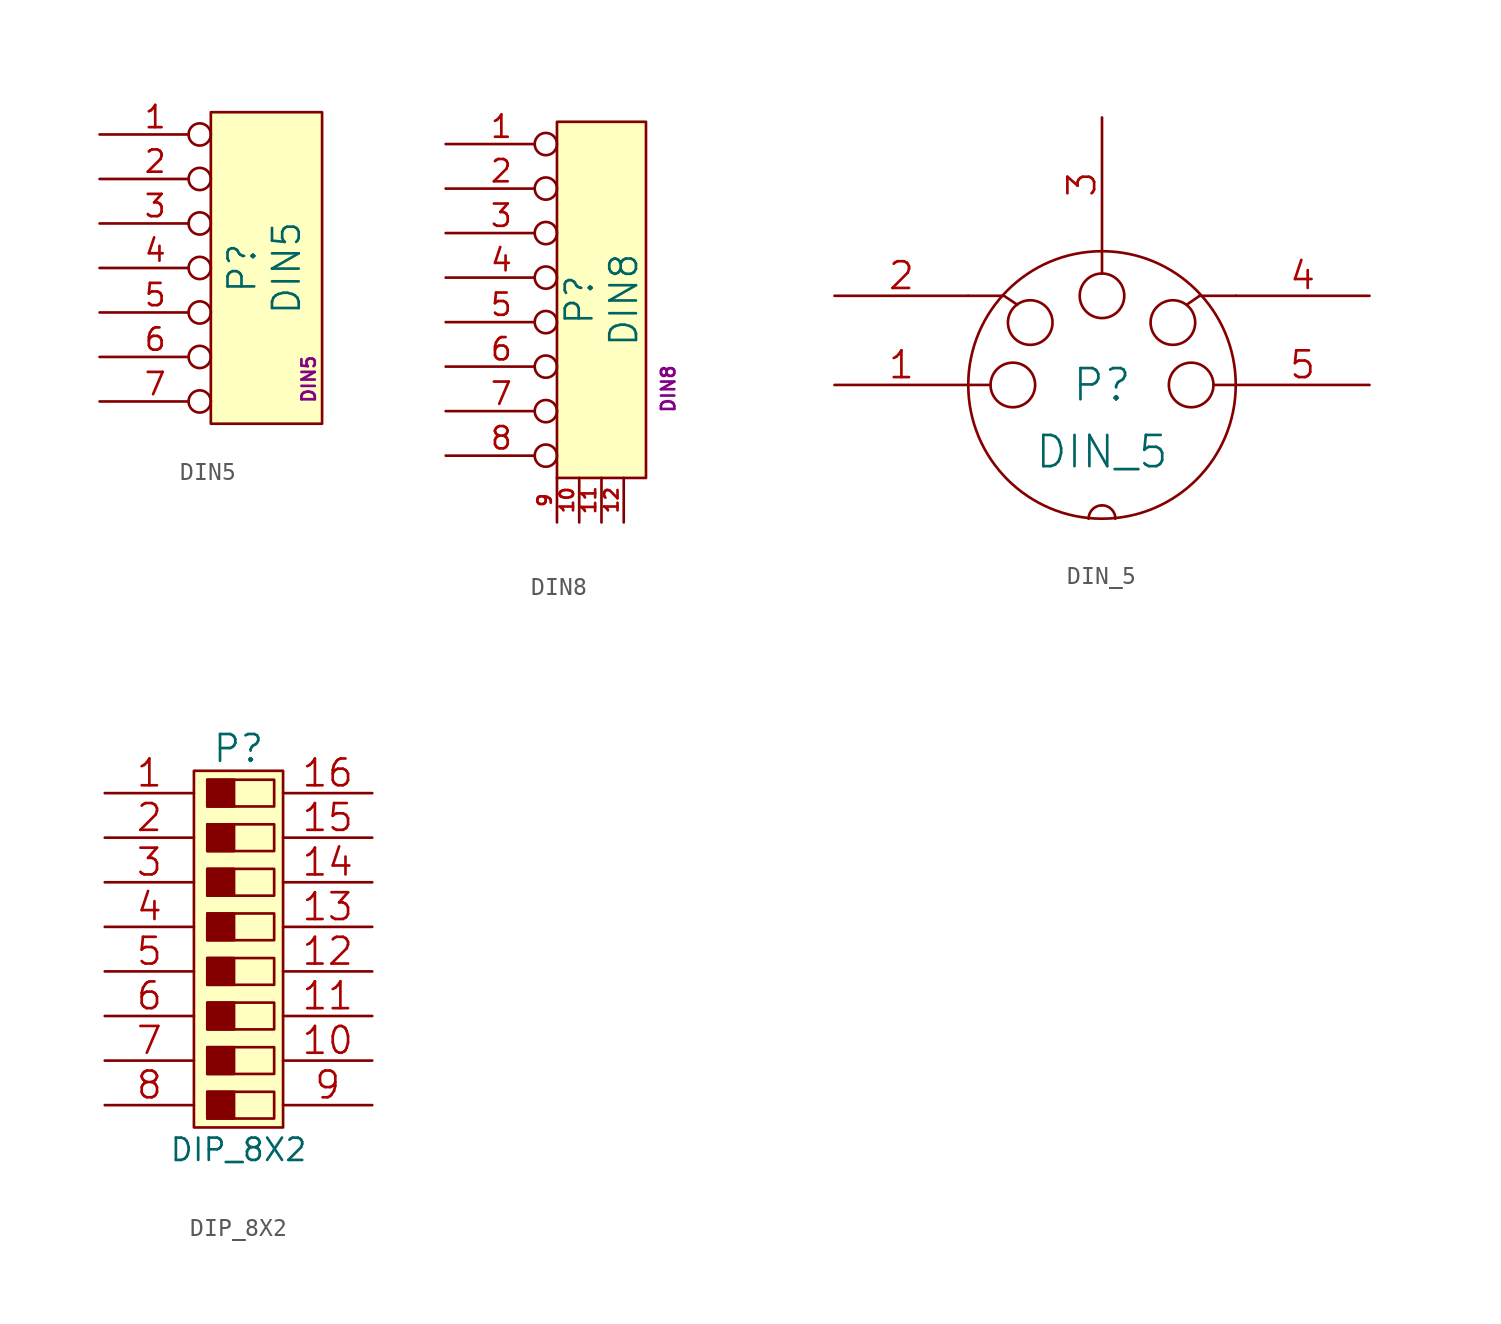
<source format=kicad_sym>
(kicad_symbol_lib
  (version 20220914)
  (generator kicad_symbol_editor)
  (symbol "DIN5"
    (pin_names
      (offset 1.016) hide)
    (property "Reference" "P"
      (at -0.762 0 90)
      (effects (font (size 1.524 1.524))))
    (property "Value" "DIN5"
      (at 1.778 0 90)
      (effects (font (size 1.524 1.524))))
    (property "Footprint" "DIN5"
      (at 3.048 -6.35 90)
      (effects (font (size 0.762 0.762))))
    (property "Datasheet" ""
      (at 0 0 0)
      (effects (font (size 1.524 1.524))))
    (symbol "DIN5_0_1"
      (rectangle (start -2.54 8.89) (end 3.81 -8.89) (stroke (width 0) (type default)) (fill (type background))))
    (symbol "DIN5_1_1"
      (pin passive inverted (at -8.89 7.62 0) (length 6.35) (name "P1" (effects (font (size 1.27 1.27)))) (number "1" (effects (font (size 1.27 1.27)))))
      (pin passive inverted (at -8.89 5.08 0) (length 6.35) (name "P2" (effects (font (size 1.27 1.27)))) (number "2" (effects (font (size 1.27 1.27)))))
      (pin passive inverted (at -8.89 2.54 0) (length 6.35) (name "P3" (effects (font (size 1.27 1.27)))) (number "3" (effects (font (size 1.27 1.27)))))
      (pin passive inverted (at -8.89 0 0) (length 6.35) (name "P4" (effects (font (size 1.27 1.27)))) (number "4" (effects (font (size 1.27 1.27)))))
      (pin passive inverted (at -8.89 -2.54 0) (length 6.35) (name "P5" (effects (font (size 1.27 1.27)))) (number "5" (effects (font (size 1.27 1.27)))))
      (pin passive inverted (at -8.89 -5.08 0) (length 6.35) (name "P6" (effects (font (size 1.27 1.27)))) (number "6" (effects (font (size 1.27 1.27)))))
      (pin passive inverted (at -8.89 -7.62 0) (length 6.35) (name "P7" (effects (font (size 1.27 1.27)))) (number "7" (effects (font (size 1.27 1.27)))))))
  (symbol "DIN8"
    (pin_names
      (offset 1.016) hide)
    (property "Reference" "P"
      (at -1.27 0 90)
      (effects (font (size 1.524 1.524))))
    (property "Value" "DIN8"
      (at 1.27 0 90)
      (effects (font (size 1.524 1.524))))
    (property "Footprint" "DIN8"
      (at 3.81 -5.08 90)
      (effects (font (size 0.762 0.762))))
    (property "Datasheet" ""
      (at 0 0 0)
      (effects (font (size 1.524 1.524))))
    (symbol "DIN8_0_1"
      (rectangle (start -2.54 10.16) (end 2.54 -10.16) (stroke (width 0) (type default)) (fill (type background))))
    (symbol "DIN8_1_1"
      (pin passive inverted (at -8.89 8.89 0) (length 6.35) (name "P1" (effects (font (size 1.27 1.27)))) (number "1" (effects (font (size 1.27 1.27)))))
      (pin input line (at -1.27 -12.7 90) (length 2.54) (name "~" (effects (font (size 1.27 1.27)))) (number "10" (effects (font (size 0.762 0.762)))))
      (pin input line (at 0 -12.7 90) (length 2.54) (name "~" (effects (font (size 1.27 1.27)))) (number "11" (effects (font (size 0.813 0.813)))))
      (pin input line (at 1.27 -12.7 90) (length 2.54) (name "~" (effects (font (size 1.27 1.27)))) (number "12" (effects (font (size 0.762 0.762)))))
      (pin passive inverted (at -8.89 6.35 0) (length 6.35) (name "P2" (effects (font (size 1.27 1.27)))) (number "2" (effects (font (size 1.27 1.27)))))
      (pin passive inverted (at -8.89 3.81 0) (length 6.35) (name "P3" (effects (font (size 1.27 1.27)))) (number "3" (effects (font (size 1.27 1.27)))))
      (pin passive inverted (at -8.89 1.27 0) (length 6.35) (name "P4" (effects (font (size 1.27 1.27)))) (number "4" (effects (font (size 1.27 1.27)))))
      (pin passive inverted (at -8.89 -1.27 0) (length 6.35) (name "P5" (effects (font (size 1.27 1.27)))) (number "5" (effects (font (size 1.27 1.27)))))
      (pin passive inverted (at -8.89 -3.81 0) (length 6.35) (name "P6" (effects (font (size 1.27 1.27)))) (number "6" (effects (font (size 1.27 1.27)))))
      (pin passive inverted (at -8.89 -6.35 0) (length 6.35) (name "P7" (effects (font (size 1.27 1.27)))) (number "7" (effects (font (size 1.27 1.27)))))
      (pin passive inverted (at -8.89 -8.89 0) (length 6.35) (name "P8" (effects (font (size 1.27 1.27)))) (number "8" (effects (font (size 1.27 1.27)))))
      (pin input line (at -2.54 -12.7 90) (length 2.54) (name "~" (effects (font (size 1.27 1.27)))) (number "9" (effects (font (size 0.762 0.762)))))))
  (symbol "DIN_5"
    (pin_names
      (offset 1.016) hide)
    (property "Reference" "P"
      (at 0 0 0)
      (effects (font (size 1.778 1.778))))
    (property "Value" "DIN_5"
      (at 0 -3.81 0)
      (effects (font (size 1.778 1.778))))
    (property "Footprint" ""
      (at 0 0 0)
      (effects (font (size 1.524 1.524))))
    (property "Datasheet" ""
      (at 0 0 0)
      (effects (font (size 1.524 1.524))))
    (symbol "DIN_5_0_1"
      (circle (center -5.08 0) (radius 1.27) (stroke (width 0) (type default)) (fill (type none)))
      (circle (center -4.089 3.556) (radius 1.27) (stroke (width 0) (type default)) (fill (type none)))
      (arc (start 0 -6.858) (mid -0.5388 -7.0812) (end -0.762 -7.62) (stroke (width 0) (type default)) (fill (type none)))
      (polyline (pts (xy -7.62 5.08) (xy -5.588 5.08)) (stroke (width 0) (type default)) (fill (type none)))
      (polyline (pts (xy -6.35 0) (xy -7.62 0)) (stroke (width 0) (type default)) (fill (type none)))
      (polyline (pts (xy -5.588 5.08) (xy -4.826 4.572)) (stroke (width 0) (type default)) (fill (type none)))
      (polyline (pts (xy 0 6.35) (xy 0 7.62)) (stroke (width 0) (type default)) (fill (type none)))
      (polyline (pts (xy 5.563 5.08) (xy 4.826 4.572)) (stroke (width 0) (type default)) (fill (type none)))
      (polyline (pts (xy 6.35 0) (xy 7.62 0)) (stroke (width 0) (type default)) (fill (type none)))
      (polyline (pts (xy 7.62 5.08) (xy 5.563 5.08)) (stroke (width 0) (type default)) (fill (type none)))
      (circle (center 0 0) (radius 7.62) (stroke (width 0) (type default)) (fill (type none)))
      (circle (center 0 5.08) (radius 1.27) (stroke (width 0) (type default)) (fill (type none)))
      (arc (start 0.762 -7.62) (mid 0.5388 -7.0812) (end 0 -6.858) (stroke (width 0) (type default)) (fill (type none)))
      (circle (center 4.039 3.556) (radius 1.27) (stroke (width 0) (type default)) (fill (type none)))
      (circle (center 5.08 0) (radius 1.27) (stroke (width 0) (type default)) (fill (type none))))
    (symbol "DIN_5_1_1"
      (pin passive line (at -15.24 0 0) (length 7.62) (name "1" (effects (font (size 1.524 1.524)))) (number "1" (effects (font (size 1.524 1.524)))))
      (pin passive line (at -15.24 5.08 0) (length 7.62) (name "2" (effects (font (size 1.524 1.524)))) (number "2" (effects (font (size 1.524 1.524)))))
      (pin passive line (at 0 15.24 270) (length 7.62) (name "3" (effects (font (size 1.524 1.524)))) (number "3" (effects (font (size 1.524 1.524)))))
      (pin passive line (at 15.24 5.08 180) (length 7.62) (name "4" (effects (font (size 1.524 1.524)))) (number "4" (effects (font (size 1.524 1.524)))))
      (pin passive line (at 15.24 0 180) (length 7.62) (name "5" (effects (font (size 1.524 1.524)))) (number "5" (effects (font (size 1.524 1.524)))))))
  (symbol "DIP_8X2"
    (pin_names
      (offset 1.016))
    (property "Reference" "P"
      (at 0 11.43 0)
      (effects (font (size 1.524 1.524))))
    (property "Value" "DIP_8X2"
      (at 0 -11.43 0)
      (effects (font (size 1.27 1.27))))
    (property "Footprint" ""
      (at 0 0 0)
      (effects (font (size 1.524 1.524))))
    (property "Datasheet" ""
      (at 0 0 0)
      (effects (font (size 1.524 1.524))))
    (symbol "DIP_8X2_0_1"
      (rectangle (start -2.54 10.16) (end 2.54 -10.16) (stroke (width 0) (type default)) (fill (type background)))
      (rectangle (start -1.778 -8.128) (end -0.254 -9.652) (stroke (width 0) (type default)) (fill (type outline)))
      (rectangle (start -1.778 -8.128) (end 2.032 -9.652) (stroke (width 0) (type default)) (fill (type none)))
      (rectangle (start -1.778 -5.588) (end -0.254 -7.112) (stroke (width 0) (type default)) (fill (type outline)))
      (rectangle (start -1.778 -5.588) (end 2.032 -7.112) (stroke (width 0) (type default)) (fill (type none)))
      (rectangle (start -1.778 -3.048) (end -0.254 -4.572) (stroke (width 0) (type default)) (fill (type outline)))
      (rectangle (start -1.778 -3.048) (end 2.032 -4.572) (stroke (width 0) (type default)) (fill (type none)))
      (rectangle (start -1.778 -0.508) (end -0.254 -2.032) (stroke (width 0) (type default)) (fill (type outline)))
      (rectangle (start -1.778 -0.508) (end 2.032 -2.032) (stroke (width 0) (type default)) (fill (type none)))
      (rectangle (start -1.778 2.032) (end -0.254 0.508) (stroke (width 0) (type default)) (fill (type outline)))
      (rectangle (start -1.778 2.032) (end 2.032 0.508) (stroke (width 0) (type default)) (fill (type none)))
      (rectangle (start -1.778 4.572) (end -0.254 3.048) (stroke (width 0) (type default)) (fill (type outline)))
      (rectangle (start -1.778 4.572) (end 2.032 3.048) (stroke (width 0) (type default)) (fill (type none)))
      (rectangle (start -1.778 7.112) (end -0.254 5.588) (stroke (width 0) (type default)) (fill (type outline)))
      (rectangle (start -1.778 7.112) (end 2.032 5.588) (stroke (width 0) (type default)) (fill (type none)))
      (rectangle (start -1.778 9.652) (end -0.254 8.128) (stroke (width 0) (type default)) (fill (type outline)))
      (rectangle (start -1.778 9.652) (end 2.032 8.128) (stroke (width 0) (type default)) (fill (type none))))
    (symbol "DIP_8X2_1_1"
      (pin passive line (at -7.62 8.89 0) (length 5.08) (name "~" (effects (font (size 1.524 1.524)))) (number "1" (effects (font (size 1.524 1.524)))))
      (pin passive line (at 7.62 -6.35 180) (length 5.08) (name "~" (effects (font (size 1.524 1.524)))) (number "10" (effects (font (size 1.524 1.524)))))
      (pin passive line (at 7.62 -3.81 180) (length 5.08) (name "~" (effects (font (size 1.524 1.524)))) (number "11" (effects (font (size 1.524 1.524)))))
      (pin passive line (at 7.62 -1.27 180) (length 5.08) (name "~" (effects (font (size 1.524 1.524)))) (number "12" (effects (font (size 1.524 1.524)))))
      (pin passive line (at 7.62 1.27 180) (length 5.08) (name "~" (effects (font (size 1.524 1.524)))) (number "13" (effects (font (size 1.524 1.524)))))
      (pin passive line (at 7.62 3.81 180) (length 5.08) (name "~" (effects (font (size 1.524 1.524)))) (number "14" (effects (font (size 1.524 1.524)))))
      (pin passive line (at 7.62 6.35 180) (length 5.08) (name "~" (effects (font (size 1.524 1.524)))) (number "15" (effects (font (size 1.524 1.524)))))
      (pin passive line (at 7.62 8.89 180) (length 5.08) (name "~" (effects (font (size 1.524 1.524)))) (number "16" (effects (font (size 1.524 1.524)))))
      (pin passive line (at -7.62 6.35 0) (length 5.08) (name "~" (effects (font (size 1.524 1.524)))) (number "2" (effects (font (size 1.524 1.524)))))
      (pin passive line (at -7.62 3.81 0) (length 5.08) (name "~" (effects (font (size 1.524 1.524)))) (number "3" (effects (font (size 1.524 1.524)))))
      (pin passive line (at -7.62 1.27 0) (length 5.08) (name "~" (effects (font (size 1.524 1.524)))) (number "4" (effects (font (size 1.524 1.524)))))
      (pin passive line (at -7.62 -1.27 0) (length 5.08) (name "~" (effects (font (size 1.524 1.524)))) (number "5" (effects (font (size 1.524 1.524)))))
      (pin passive line (at -7.62 -3.81 0) (length 5.08) (name "~" (effects (font (size 1.524 1.524)))) (number "6" (effects (font (size 1.524 1.524)))))
      (pin passive line (at -7.62 -6.35 0) (length 5.08) (name "~" (effects (font (size 1.524 1.524)))) (number "7" (effects (font (size 1.524 1.524)))))
      (pin passive line (at -7.62 -8.89 0) (length 5.08) (name "~" (effects (font (size 1.524 1.524)))) (number "8" (effects (font (size 1.524 1.524)))))
      (pin passive line (at 7.62 -8.89 180) (length 5.08) (name "~" (effects (font (size 1.524 1.524)))) (number "9" (effects (font (size 1.524 1.524))))))))
</source>
